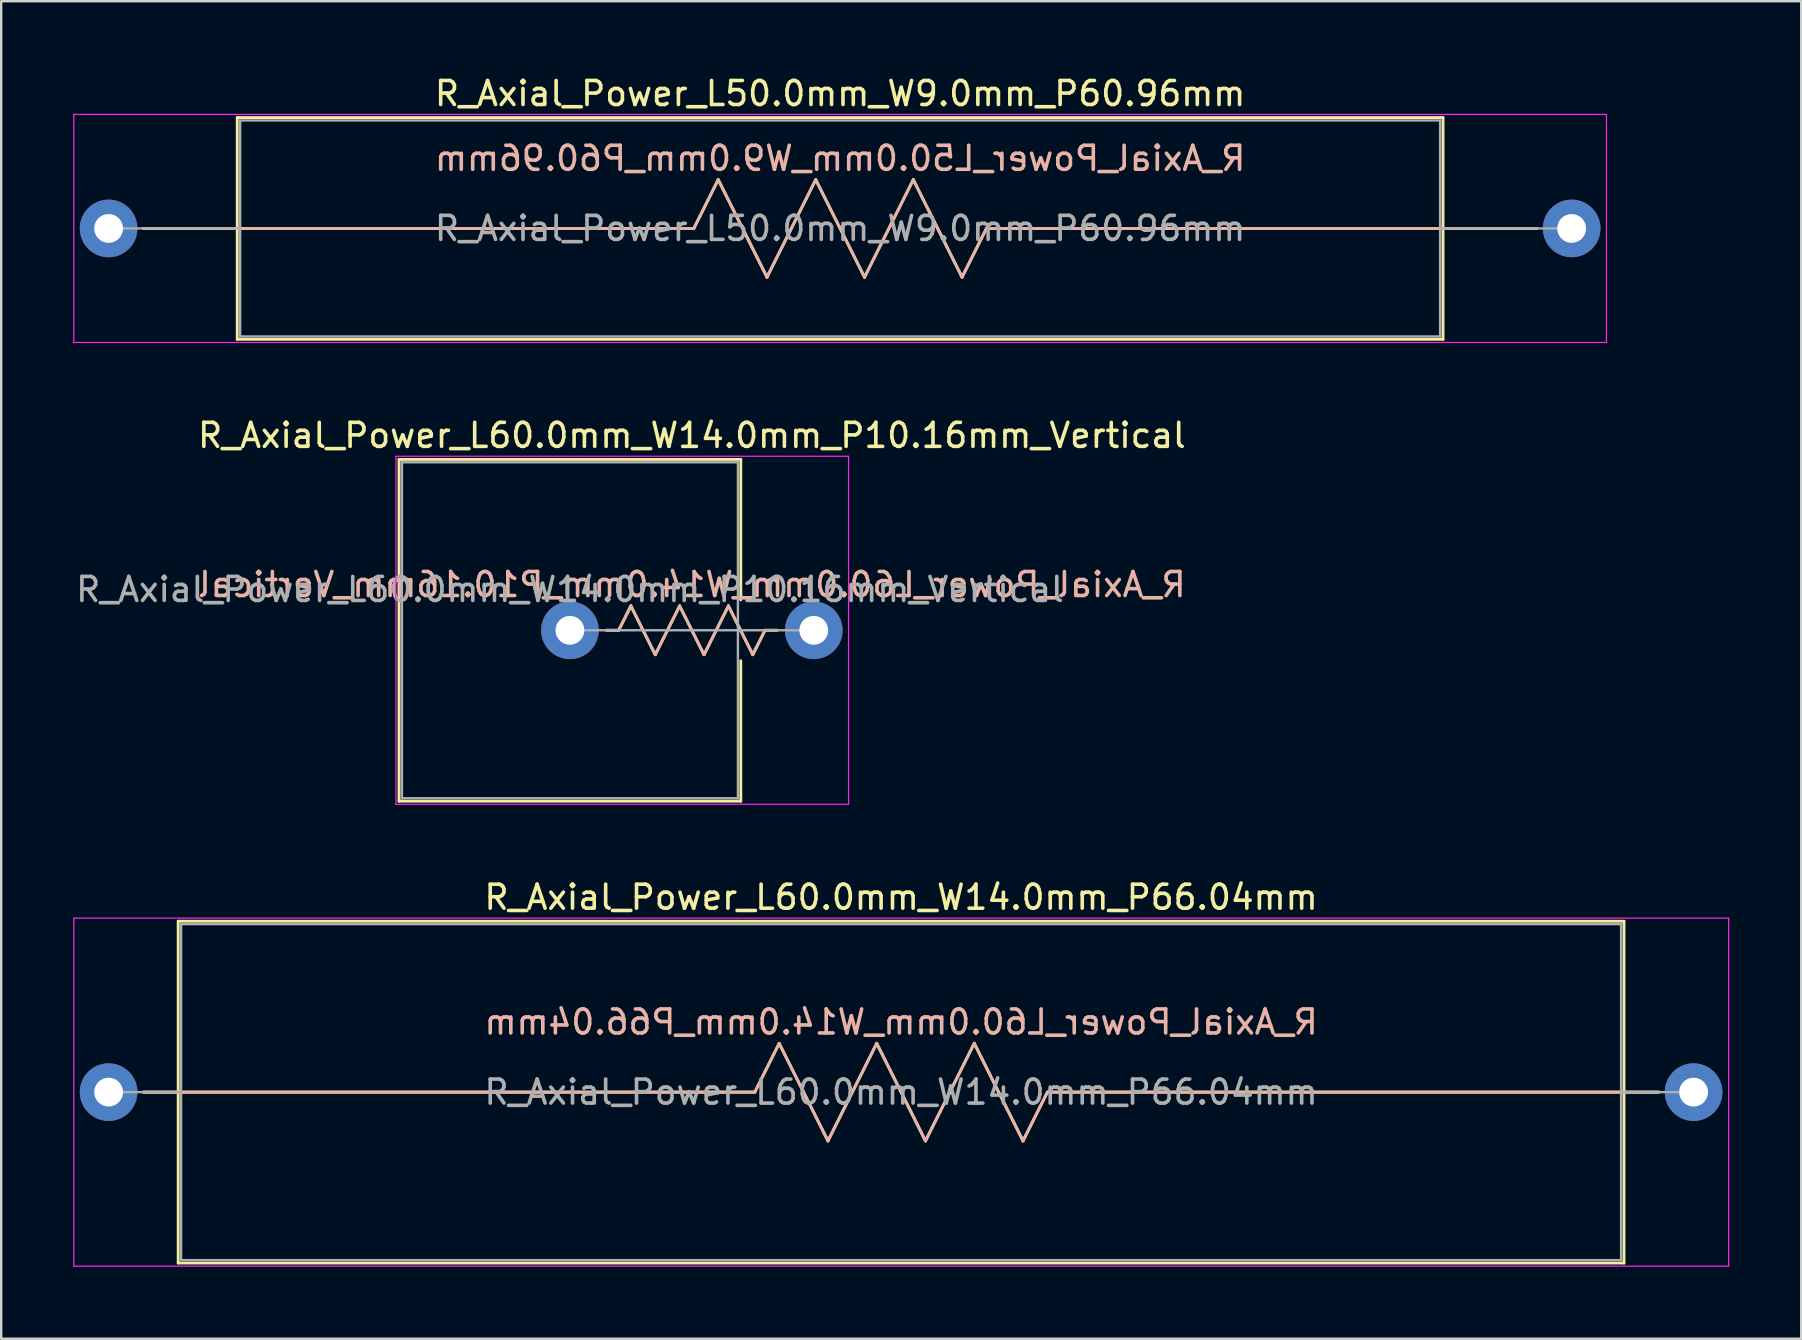
<source format=kicad_pcb>
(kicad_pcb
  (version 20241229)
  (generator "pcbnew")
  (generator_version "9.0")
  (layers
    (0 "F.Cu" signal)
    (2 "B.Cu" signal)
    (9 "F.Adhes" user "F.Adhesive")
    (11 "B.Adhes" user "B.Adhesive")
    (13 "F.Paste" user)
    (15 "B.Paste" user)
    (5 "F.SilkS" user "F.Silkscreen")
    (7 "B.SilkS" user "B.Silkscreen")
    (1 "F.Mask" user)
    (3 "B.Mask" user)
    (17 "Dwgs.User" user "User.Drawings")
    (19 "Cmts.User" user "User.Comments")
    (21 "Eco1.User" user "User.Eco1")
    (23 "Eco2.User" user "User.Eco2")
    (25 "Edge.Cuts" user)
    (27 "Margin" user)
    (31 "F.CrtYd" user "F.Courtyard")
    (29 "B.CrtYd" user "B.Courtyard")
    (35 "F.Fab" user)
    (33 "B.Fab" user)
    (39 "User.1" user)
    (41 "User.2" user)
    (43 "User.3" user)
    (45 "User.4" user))
  (footprint "R_Axial_Power_L50.0mm_W9.0mm_P60.96mm"
    (layer "F.Cu")
    (at 1.475 6.468)
    (property "Reference" "R_Axial_Power_L50.0mm_W9.0mm_P60.96mm" (at 30.48 -5.62 0) (layer "F.SilkS") (effects (font (size 1 1) (thickness 0.15))))
    (attr through_hole)
    (fp_line (start 1.44 0) (end 5.36 0) (stroke (width 0.12) (type solid)) (layer "F.SilkS"))
    (fp_line (start 5.36 -4.62) (end 5.36 4.62) (stroke (width 0.12) (type solid)) (layer "F.SilkS"))
    (fp_line (start 5.36 0) (end 24.384 0) (stroke (width 0.12) (type solid)) (layer "F.SilkS"))
    (fp_line (start 5.36 4.62) (end 55.6 4.62) (stroke (width 0.12) (type solid)) (layer "F.SilkS"))
    (fp_line (start 24.384 0) (end 25.4 -2.032) (stroke (width 0.12) (type solid)) (layer "F.SilkS"))
    (fp_line (start 25.4 -2.032) (end 27.432 2.032) (stroke (width 0.12) (type solid)) (layer "F.SilkS"))
    (fp_line (start 27.432 2.032) (end 29.464 -2.032) (stroke (width 0.12) (type solid)) (layer "F.SilkS"))
    (fp_line (start 29.464 -2.032) (end 31.496 2.032) (stroke (width 0.12) (type solid)) (layer "F.SilkS"))
    (fp_line (start 31.496 2.032) (end 33.528 -2.032) (stroke (width 0.12) (type solid)) (layer "F.SilkS"))
    (fp_line (start 33.528 -2.032) (end 35.56 2.032) (stroke (width 0.12) (type solid)) (layer "F.SilkS"))
    (fp_line (start 35.56 2.032) (end 36.576 0) (stroke (width 0.12) (type solid)) (layer "F.SilkS"))
    (fp_line (start 55.6 -4.62) (end 5.36 -4.62) (stroke (width 0.12) (type solid)) (layer "F.SilkS"))
    (fp_line (start 55.6 0) (end 36.576 0) (stroke (width 0.12) (type solid)) (layer "F.SilkS"))
    (fp_line (start 55.6 4.62) (end 55.6 -4.62) (stroke (width 0.12) (type solid)) (layer "F.SilkS"))
    (fp_line (start 59.52 0) (end 55.6 0) (stroke (width 0.12) (type solid)) (layer "F.SilkS"))
    (fp_line (start 1.46 0) (end 24.384 0) (stroke (width 0.12) (type solid)) (layer "B.SilkS"))
    (fp_line (start 24.384 0) (end 25.4 -2.032) (stroke (width 0.12) (type solid)) (layer "B.SilkS"))
    (fp_line (start 25.4 -2.032) (end 27.432 2.032) (stroke (width 0.12) (type solid)) (layer "B.SilkS"))
    (fp_line (start 27.432 2.032) (end 29.464 -2.032) (stroke (width 0.12) (type solid)) (layer "B.SilkS"))
    (fp_line (start 29.464 -2.032) (end 31.496 2.032) (stroke (width 0.12) (type solid)) (layer "B.SilkS"))
    (fp_line (start 31.496 2.032) (end 33.528 -2.032) (stroke (width 0.12) (type solid)) (layer "B.SilkS"))
    (fp_line (start 33.528 -2.032) (end 35.56 2.032) (stroke (width 0.12) (type solid)) (layer "B.SilkS"))
    (fp_line (start 35.56 2.032) (end 36.576 0) (stroke (width 0.12) (type solid)) (layer "B.SilkS"))
    (fp_line (start 36.576 0) (end 59.499 0) (stroke (width 0.12) (type solid)) (layer "B.SilkS"))
    (fp_line (start -1.45 -4.75) (end -1.45 4.75) (stroke (width 0.05) (type solid)) (layer "F.CrtYd"))
    (fp_line (start -1.45 4.75) (end 62.41 4.75) (stroke (width 0.05) (type solid)) (layer "F.CrtYd"))
    (fp_line (start 62.41 -4.75) (end -1.45 -4.75) (stroke (width 0.05) (type solid)) (layer "F.CrtYd"))
    (fp_line (start 62.41 4.75) (end 62.41 -4.75) (stroke (width 0.05) (type solid)) (layer "F.CrtYd"))
    (fp_line (start 0 0) (end 5.48 0) (stroke (width 0.1) (type solid)) (layer "F.Fab"))
    (fp_line (start 5.48 -4.5) (end 5.48 4.5) (stroke (width 0.1) (type solid)) (layer "F.Fab"))
    (fp_line (start 5.48 4.5) (end 55.48 4.5) (stroke (width 0.1) (type solid)) (layer "F.Fab"))
    (fp_line (start 55.48 -4.5) (end 5.48 -4.5) (stroke (width 0.1) (type solid)) (layer "F.Fab"))
    (fp_line (start 55.48 4.5) (end 55.48 -4.5) (stroke (width 0.1) (type solid)) (layer "F.Fab"))
    (fp_line (start 60.96 0) (end 55.48 0) (stroke (width 0.1) (type solid)) (layer "F.Fab"))
    (fp_text user "${REFERENCE}" (at 30.48 -2.921 0) (unlocked yes) (layer "B.SilkS") (effects (font (size 1 1) (thickness 0.15)) (justify mirror)))
    (fp_text user "${REFERENCE}" (at 30.48 0 0) (layer "F.Fab") (effects (font (size 1 1) (thickness 0.15))))
    (pad "1" thru_hole circle (at 0 0) (size 2.4 2.4) (drill 1.2) (layers "*.Cu" "*.Mask"))
    (pad "2" thru_hole oval (at 60.96 0) (size 2.4 2.4) (drill 1.2) (layers "*.Cu" "*.Mask")))
  (footprint "R_Axial_Power_L60.0mm_W14.0mm_P66.04mm"
    (layer "F.Cu")
    (at 1.475 42.455)
    (property "Reference" "R_Axial_Power_L60.0mm_W14.0mm_P66.04mm" (at 33.02 -8.12 0) (layer "F.SilkS") (effects (font (size 1 1) (thickness 0.15))))
    (attr through_hole)
    (fp_line (start 1.44 0) (end 2.9 0) (stroke (width 0.12) (type solid)) (layer "F.SilkS"))
    (fp_line (start 2.9 -7.12) (end 2.9 7.12) (stroke (width 0.12) (type solid)) (layer "F.SilkS"))
    (fp_line (start 2.9 0) (end 26.924 0) (stroke (width 0.12) (type solid)) (layer "F.SilkS"))
    (fp_line (start 2.9 7.12) (end 63.14 7.12) (stroke (width 0.12) (type solid)) (layer "F.SilkS"))
    (fp_line (start 26.924 0) (end 27.94 -2.032) (stroke (width 0.12) (type solid)) (layer "F.SilkS"))
    (fp_line (start 27.94 -2.032) (end 29.972 2.032) (stroke (width 0.12) (type solid)) (layer "F.SilkS"))
    (fp_line (start 29.972 2.032) (end 32.004 -2.032) (stroke (width 0.12) (type solid)) (layer "F.SilkS"))
    (fp_line (start 32.004 -2.032) (end 34.036 2.032) (stroke (width 0.12) (type solid)) (layer "F.SilkS"))
    (fp_line (start 34.036 2.032) (end 36.068 -2.032) (stroke (width 0.12) (type solid)) (layer "F.SilkS"))
    (fp_line (start 36.068 -2.032) (end 38.1 2.032) (stroke (width 0.12) (type solid)) (layer "F.SilkS"))
    (fp_line (start 38.1 2.032) (end 39.116 0) (stroke (width 0.12) (type solid)) (layer "F.SilkS"))
    (fp_line (start 63.14 -7.12) (end 2.9 -7.12) (stroke (width 0.12) (type solid)) (layer "F.SilkS"))
    (fp_line (start 63.14 0) (end 39.116 0) (stroke (width 0.12) (type solid)) (layer "F.SilkS"))
    (fp_line (start 63.14 7.12) (end 63.14 -7.12) (stroke (width 0.12) (type solid)) (layer "F.SilkS"))
    (fp_line (start 64.6 0) (end 63.14 0) (stroke (width 0.12) (type solid)) (layer "F.SilkS"))
    (fp_line (start 1.46 0) (end 26.924 0) (stroke (width 0.12) (type solid)) (layer "B.SilkS"))
    (fp_line (start 26.924 0) (end 27.94 -2.032) (stroke (width 0.12) (type solid)) (layer "B.SilkS"))
    (fp_line (start 27.94 -2.032) (end 29.972 2.032) (stroke (width 0.12) (type solid)) (layer "B.SilkS"))
    (fp_line (start 29.972 2.032) (end 32.004 -2.032) (stroke (width 0.12) (type solid)) (layer "B.SilkS"))
    (fp_line (start 32.004 -2.032) (end 34.036 2.032) (stroke (width 0.12) (type solid)) (layer "B.SilkS"))
    (fp_line (start 34.036 2.032) (end 36.068 -2.032) (stroke (width 0.12) (type solid)) (layer "B.SilkS"))
    (fp_line (start 36.068 -2.032) (end 38.1 2.032) (stroke (width 0.12) (type solid)) (layer "B.SilkS"))
    (fp_line (start 38.1 2.032) (end 39.116 0) (stroke (width 0.12) (type solid)) (layer "B.SilkS"))
    (fp_line (start 39.116 0) (end 64.579 0) (stroke (width 0.12) (type solid)) (layer "B.SilkS"))
    (fp_line (start -1.45 -7.25) (end -1.45 7.25) (stroke (width 0.05) (type solid)) (layer "F.CrtYd"))
    (fp_line (start -1.45 7.25) (end 67.5 7.25) (stroke (width 0.05) (type solid)) (layer "F.CrtYd"))
    (fp_line (start 67.5 -7.25) (end -1.45 -7.25) (stroke (width 0.05) (type solid)) (layer "F.CrtYd"))
    (fp_line (start 67.5 7.25) (end 67.5 -7.25) (stroke (width 0.05) (type solid)) (layer "F.CrtYd"))
    (fp_line (start 0 0) (end 3.02 0) (stroke (width 0.1) (type solid)) (layer "F.Fab"))
    (fp_line (start 3.02 -7) (end 3.02 7) (stroke (width 0.1) (type solid)) (layer "F.Fab"))
    (fp_line (start 3.02 7) (end 63.02 7) (stroke (width 0.1) (type solid)) (layer "F.Fab"))
    (fp_line (start 63.02 -7) (end 3.02 -7) (stroke (width 0.1) (type solid)) (layer "F.Fab"))
    (fp_line (start 63.02 7) (end 63.02 -7) (stroke (width 0.1) (type solid)) (layer "F.Fab"))
    (fp_line (start 66.04 0) (end 63.02 0) (stroke (width 0.1) (type solid)) (layer "F.Fab"))
    (fp_text user "${REFERENCE}" (at 33.02 -2.921 0) (unlocked yes) (layer "B.SilkS") (effects (font (size 1 1) (thickness 0.15)) (justify mirror)))
    (fp_text user "${REFERENCE}" (at 33.02 0 0) (layer "F.Fab") (effects (font (size 1 1) (thickness 0.15))))
    (pad "1" thru_hole circle (at 0 0) (size 2.4 2.4) (drill 1.2) (layers "*.Cu" "*.Mask"))
    (pad "2" thru_hole oval (at 66.04 0) (size 2.4 2.4) (drill 1.2) (layers "*.Cu" "*.Mask")))
  (footprint "R_Axial_Power_L60.0mm_W14.0mm_P10.16mm_Vertical"
    (layer "F.Cu")
    (at 20.696 23.212)
    (property "Reference" "R_Axial_Power_L60.0mm_W14.0mm_P10.16mm_Vertical" (at 5.08 -8.12 0) (layer "F.SilkS") (effects (font (size 1 1) (thickness 0.15))))
    (attr through_hole)
    (fp_line (start -7.12 -7.12) (end -7.12 7.12) (stroke (width 0.12) (type solid)) (layer "F.SilkS"))
    (fp_line (start -7.12 7.12) (end 7.12 7.12) (stroke (width 0.12) (type solid)) (layer "F.SilkS"))
    (fp_line (start 2.032 0) (end 1.524 0) (stroke (width 0.12) (type solid)) (layer "F.SilkS"))
    (fp_line (start 2.032 0) (end 2.54 -1.016) (stroke (width 0.12) (type solid)) (layer "F.SilkS"))
    (fp_line (start 2.54 -1.016) (end 3.556 1.016) (stroke (width 0.12) (type solid)) (layer "F.SilkS"))
    (fp_line (start 3.556 1.016) (end 4.572 -1.016) (stroke (width 0.12) (type solid)) (layer "F.SilkS"))
    (fp_line (start 4.572 -1.016) (end 5.588 1.016) (stroke (width 0.12) (type solid)) (layer "F.SilkS"))
    (fp_line (start 5.588 1.016) (end 6.604 -1.016) (stroke (width 0.12) (type solid)) (layer "F.SilkS"))
    (fp_line (start 6.604 -1.016) (end 7.62 1.016) (stroke (width 0.12) (type solid)) (layer "F.SilkS"))
    (fp_line (start 7.12 -7.12) (end -7.12 -7.12) (stroke (width 0.12) (type solid)) (layer "F.SilkS"))
    (fp_line (start 7.12 -1.27) (end 7.12 -7.12) (stroke (width 0.12) (type solid)) (layer "F.SilkS"))
    (fp_line (start 7.12 7.12) (end 7.12 1.27) (stroke (width 0.12) (type solid)) (layer "F.SilkS"))
    (fp_line (start 7.62 1.016) (end 8.128 0) (stroke (width 0.12) (type solid)) (layer "F.SilkS"))
    (fp_line (start 8.128 0) (end 8.636 0) (stroke (width 0.12) (type solid)) (layer "F.SilkS"))
    (fp_line (start 1.524 0) (end 2.032 0) (stroke (width 0.12) (type solid)) (layer "B.SilkS"))
    (fp_line (start 2.032 0) (end 2.54 -1.016) (stroke (width 0.12) (type solid)) (layer "B.SilkS"))
    (fp_line (start 2.54 -1.016) (end 3.556 1.016) (stroke (width 0.12) (type solid)) (layer "B.SilkS"))
    (fp_line (start 3.556 1.016) (end 4.572 -1.016) (stroke (width 0.12) (type solid)) (layer "B.SilkS"))
    (fp_line (start 4.572 -1.016) (end 5.588 1.016) (stroke (width 0.12) (type solid)) (layer "B.SilkS"))
    (fp_line (start 5.588 1.016) (end 6.604 -1.016) (stroke (width 0.12) (type solid)) (layer "B.SilkS"))
    (fp_line (start 6.604 -1.016) (end 7.62 1.016) (stroke (width 0.12) (type solid)) (layer "B.SilkS"))
    (fp_line (start 7.62 1.016) (end 8.128 0) (stroke (width 0.12) (type solid)) (layer "B.SilkS"))
    (fp_line (start 8.128 0) (end 8.636 0) (stroke (width 0.12) (type solid)) (layer "B.SilkS"))
    (fp_line (start -7.25 -7.25) (end -7.25 7.25) (stroke (width 0.05) (type solid)) (layer "F.CrtYd"))
    (fp_line (start -7.25 7.25) (end 11.61 7.25) (stroke (width 0.05) (type solid)) (layer "F.CrtYd"))
    (fp_line (start 11.61 -7.25) (end -7.25 -7.25) (stroke (width 0.05) (type solid)) (layer "F.CrtYd"))
    (fp_line (start 11.61 7.25) (end 11.61 -7.25) (stroke (width 0.05) (type solid)) (layer "F.CrtYd"))
    (fp_line (start -7 -7) (end -7 7) (stroke (width 0.1) (type solid)) (layer "F.Fab"))
    (fp_line (start -7 7) (end 7 7) (stroke (width 0.1) (type solid)) (layer "F.Fab"))
    (fp_line (start 0 0) (end 10.16 0) (stroke (width 0.1) (type solid)) (layer "F.Fab"))
    (fp_line (start 7 -7) (end -7 -7) (stroke (width 0.1) (type solid)) (layer "F.Fab"))
    (fp_line (start 7 7) (end 7 -7) (stroke (width 0.1) (type solid)) (layer "F.Fab"))
    (fp_text user "${REFERENCE}" (at 5.08 -1.905 0) (unlocked yes) (layer "B.SilkS") (effects (font (size 1 1) (thickness 0.15)) (justify mirror)))
    (fp_text user "${REFERENCE}" (at 0 -1.7 0) (layer "F.Fab") (effects (font (size 1 1) (thickness 0.15))))
    (pad "1" thru_hole circle (at 0 0) (size 2.4 2.4) (drill 1.2) (layers "*.Cu" "*.Mask"))
    (pad "2" thru_hole oval (at 10.16 0) (size 2.4 2.4) (drill 1.2) (layers "*.Cu" "*.Mask")))
  (gr_rect
    (start -3 -3)
    (end 72 52.73)
    (stroke (width 0.1) (type default))
    (fill no)
    (layer "Edge.Cuts")))
</source>
